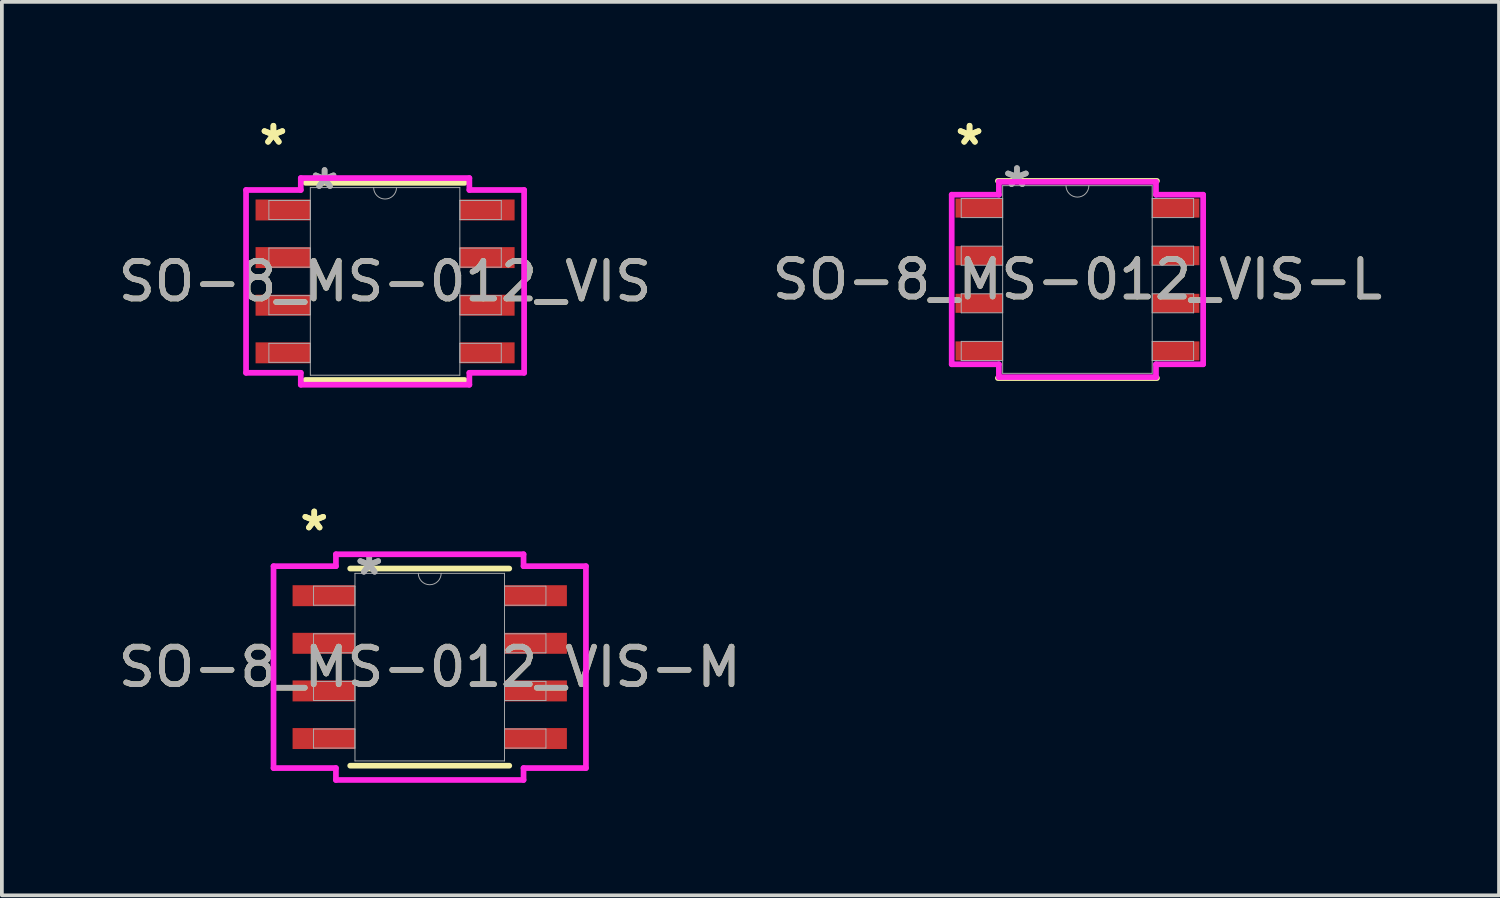
<source format=kicad_pcb>
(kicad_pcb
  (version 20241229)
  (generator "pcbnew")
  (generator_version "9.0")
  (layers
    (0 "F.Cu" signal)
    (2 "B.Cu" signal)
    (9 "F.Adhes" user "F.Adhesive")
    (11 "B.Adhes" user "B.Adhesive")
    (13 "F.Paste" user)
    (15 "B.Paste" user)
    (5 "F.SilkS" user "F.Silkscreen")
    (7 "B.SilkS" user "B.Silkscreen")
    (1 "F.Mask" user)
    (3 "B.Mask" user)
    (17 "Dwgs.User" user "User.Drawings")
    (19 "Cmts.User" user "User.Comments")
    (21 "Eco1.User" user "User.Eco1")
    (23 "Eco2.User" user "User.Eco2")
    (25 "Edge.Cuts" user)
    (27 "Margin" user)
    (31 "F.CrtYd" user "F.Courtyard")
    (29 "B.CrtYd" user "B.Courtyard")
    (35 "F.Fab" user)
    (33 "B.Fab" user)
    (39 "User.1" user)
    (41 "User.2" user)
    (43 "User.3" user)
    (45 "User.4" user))
  (footprint "SO-8_MS-012_VIS-M"
    (layer "F.Cu")
    (at 8.411 14.742)
    (property "Reference" "SO-8_MS-012_VIS-M" (at 0 0 0) (unlocked yes) (layer "F.SilkS") (effects (font (size 1 1) (thickness 0.15))))
    (attr smd)
    (fp_line (start -2.121 2.629) (end 2.121 2.629) (stroke (width 0.152) (type solid)) (layer "F.SilkS"))
    (fp_line (start 2.121 -2.629) (end -2.121 -2.629) (stroke (width 0.152) (type solid)) (layer "F.SilkS"))
    (fp_line (start -4.166 -2.692) (end -2.502 -2.692) (stroke (width 0.152) (type solid)) (layer "F.CrtYd"))
    (fp_line (start -4.166 2.692) (end -4.166 -2.692) (stroke (width 0.152) (type solid)) (layer "F.CrtYd"))
    (fp_line (start -4.166 2.692) (end -2.502 2.692) (stroke (width 0.152) (type solid)) (layer "F.CrtYd"))
    (fp_line (start -2.502 -3.01) (end 2.502 -3.01) (stroke (width 0.152) (type solid)) (layer "F.CrtYd"))
    (fp_line (start -2.502 -2.692) (end -2.502 -3.01) (stroke (width 0.152) (type solid)) (layer "F.CrtYd"))
    (fp_line (start -2.502 3.01) (end -2.502 2.692) (stroke (width 0.152) (type solid)) (layer "F.CrtYd"))
    (fp_line (start 2.502 -3.01) (end 2.502 -2.692) (stroke (width 0.152) (type solid)) (layer "F.CrtYd"))
    (fp_line (start 2.502 2.692) (end 2.502 3.01) (stroke (width 0.152) (type solid)) (layer "F.CrtYd"))
    (fp_line (start 2.502 3.01) (end -2.502 3.01) (stroke (width 0.152) (type solid)) (layer "F.CrtYd"))
    (fp_line (start 4.166 -2.692) (end 2.502 -2.692) (stroke (width 0.152) (type solid)) (layer "F.CrtYd"))
    (fp_line (start 4.166 -2.692) (end 4.166 2.692) (stroke (width 0.152) (type solid)) (layer "F.CrtYd"))
    (fp_line (start 4.166 2.692) (end 2.502 2.692) (stroke (width 0.152) (type solid)) (layer "F.CrtYd"))
    (fp_line (start -3.099 -2.159) (end -3.099 -1.651) (stroke (width 0.025) (type solid)) (layer "F.Fab"))
    (fp_line (start -3.099 -1.651) (end -1.994 -1.651) (stroke (width 0.025) (type solid)) (layer "F.Fab"))
    (fp_line (start -3.099 -0.889) (end -3.099 -0.381) (stroke (width 0.025) (type solid)) (layer "F.Fab"))
    (fp_line (start -3.099 -0.381) (end -1.994 -0.381) (stroke (width 0.025) (type solid)) (layer "F.Fab"))
    (fp_line (start -3.099 0.381) (end -3.099 0.889) (stroke (width 0.025) (type solid)) (layer "F.Fab"))
    (fp_line (start -3.099 0.889) (end -1.994 0.889) (stroke (width 0.025) (type solid)) (layer "F.Fab"))
    (fp_line (start -3.099 1.651) (end -3.099 2.159) (stroke (width 0.025) (type solid)) (layer "F.Fab"))
    (fp_line (start -3.099 2.159) (end -1.994 2.159) (stroke (width 0.025) (type solid)) (layer "F.Fab"))
    (fp_line (start -1.994 -2.502) (end -1.994 2.502) (stroke (width 0.025) (type solid)) (layer "F.Fab"))
    (fp_line (start -1.994 -2.159) (end -3.099 -2.159) (stroke (width 0.025) (type solid)) (layer "F.Fab"))
    (fp_line (start -1.994 -1.651) (end -1.994 -2.159) (stroke (width 0.025) (type solid)) (layer "F.Fab"))
    (fp_line (start -1.994 -0.889) (end -3.099 -0.889) (stroke (width 0.025) (type solid)) (layer "F.Fab"))
    (fp_line (start -1.994 -0.381) (end -1.994 -0.889) (stroke (width 0.025) (type solid)) (layer "F.Fab"))
    (fp_line (start -1.994 0.381) (end -3.099 0.381) (stroke (width 0.025) (type solid)) (layer "F.Fab"))
    (fp_line (start -1.994 0.889) (end -1.994 0.381) (stroke (width 0.025) (type solid)) (layer "F.Fab"))
    (fp_line (start -1.994 1.651) (end -3.099 1.651) (stroke (width 0.025) (type solid)) (layer "F.Fab"))
    (fp_line (start -1.994 2.159) (end -1.994 1.651) (stroke (width 0.025) (type solid)) (layer "F.Fab"))
    (fp_line (start -1.994 2.502) (end 1.994 2.502) (stroke (width 0.025) (type solid)) (layer "F.Fab"))
    (fp_line (start 1.994 -2.502) (end -1.994 -2.502) (stroke (width 0.025) (type solid)) (layer "F.Fab"))
    (fp_line (start 1.994 -2.159) (end 1.994 -1.651) (stroke (width 0.025) (type solid)) (layer "F.Fab"))
    (fp_line (start 1.994 -1.651) (end 3.099 -1.651) (stroke (width 0.025) (type solid)) (layer "F.Fab"))
    (fp_line (start 1.994 -0.889) (end 1.994 -0.381) (stroke (width 0.025) (type solid)) (layer "F.Fab"))
    (fp_line (start 1.994 -0.381) (end 3.099 -0.381) (stroke (width 0.025) (type solid)) (layer "F.Fab"))
    (fp_line (start 1.994 0.381) (end 1.994 0.889) (stroke (width 0.025) (type solid)) (layer "F.Fab"))
    (fp_line (start 1.994 0.889) (end 3.099 0.889) (stroke (width 0.025) (type solid)) (layer "F.Fab"))
    (fp_line (start 1.994 1.651) (end 1.994 2.159) (stroke (width 0.025) (type solid)) (layer "F.Fab"))
    (fp_line (start 1.994 2.159) (end 3.099 2.159) (stroke (width 0.025) (type solid)) (layer "F.Fab"))
    (fp_line (start 1.994 2.502) (end 1.994 -2.502) (stroke (width 0.025) (type solid)) (layer "F.Fab"))
    (fp_line (start 3.099 -2.159) (end 1.994 -2.159) (stroke (width 0.025) (type solid)) (layer "F.Fab"))
    (fp_line (start 3.099 -1.651) (end 3.099 -2.159) (stroke (width 0.025) (type solid)) (layer "F.Fab"))
    (fp_line (start 3.099 -0.889) (end 1.994 -0.889) (stroke (width 0.025) (type solid)) (layer "F.Fab"))
    (fp_line (start 3.099 -0.381) (end 3.099 -0.889) (stroke (width 0.025) (type solid)) (layer "F.Fab"))
    (fp_line (start 3.099 0.381) (end 1.994 0.381) (stroke (width 0.025) (type solid)) (layer "F.Fab"))
    (fp_line (start 3.099 0.889) (end 3.099 0.381) (stroke (width 0.025) (type solid)) (layer "F.Fab"))
    (fp_line (start 3.099 1.651) (end 1.994 1.651) (stroke (width 0.025) (type solid)) (layer "F.Fab"))
    (fp_line (start 3.099 2.159) (end 3.099 1.651) (stroke (width 0.025) (type solid)) (layer "F.Fab"))
    (fp_arc (start 0.3048 -2.5019) (mid 0 -2.1971) (end -0.3048 -2.5019) (stroke (width 0.0254) (type solid)) (layer "F.Fab"))
    (fp_text user "*" (at -3.08 -3.607 0) (layer "F.SilkS") (effects (font (size 1 1) (thickness 0.15))))
    (fp_text user "*" (at -3.08 -3.607 0) (unlocked yes) (layer "F.SilkS") (effects (font (size 1 1) (thickness 0.15))))
    (fp_text user "${REFERENCE}" (at 0 0 0) (unlocked yes) (layer "F.Fab") (effects (font (size 1 1) (thickness 0.15))))
    (fp_text user "*" (at -1.613 -2.426 0) (layer "F.Fab") (effects (font (size 1 1) (thickness 0.15))))
    (fp_text user "*" (at -1.613 -2.426 0) (unlocked yes) (layer "F.Fab") (effects (font (size 1 1) (thickness 0.15))))
    (pad "1" smd rect (at -2.826 -1.905) (size 1.664 0.559) (layers "F.Cu" "F.Mask" "F.Paste"))
    (pad "2" smd rect (at -2.826 -0.635) (size 1.664 0.559) (layers "F.Cu" "F.Mask" "F.Paste"))
    (pad "3" smd rect (at -2.826 0.635) (size 1.664 0.559) (layers "F.Cu" "F.Mask" "F.Paste"))
    (pad "4" smd rect (at -2.826 1.905) (size 1.664 0.559) (layers "F.Cu" "F.Mask" "F.Paste"))
    (pad "5" smd rect (at 2.826 1.905) (size 1.664 0.559) (layers "F.Cu" "F.Mask" "F.Paste"))
    (pad "6" smd rect (at 2.826 0.635) (size 1.664 0.559) (layers "F.Cu" "F.Mask" "F.Paste"))
    (pad "7" smd rect (at 2.826 -0.635) (size 1.664 0.559) (layers "F.Cu" "F.Mask" "F.Paste"))
    (pad "8" smd rect (at 2.826 -1.905) (size 1.664 0.559) (layers "F.Cu" "F.Mask" "F.Paste")))
  (footprint "SO-8_MS-012_VIS-L"
    (layer "F.Cu")
    (at 25.685 4.404)
    (property "Reference" "SO-8_MS-012_VIS-L" (at 0 0 0) (unlocked yes) (layer "F.SilkS") (effects (font (size 1 1) (thickness 0.15))))
    (attr smd)
    (fp_line (start -2.121 2.629) (end 2.121 2.629) (stroke (width 0.152) (type solid)) (layer "F.SilkS"))
    (fp_line (start 2.121 -2.629) (end -2.121 -2.629) (stroke (width 0.152) (type solid)) (layer "F.SilkS"))
    (fp_line (start -3.353 -2.261) (end -2.095 -2.261) (stroke (width 0.152) (type solid)) (layer "F.CrtYd"))
    (fp_line (start -3.353 2.261) (end -3.353 -2.261) (stroke (width 0.152) (type solid)) (layer "F.CrtYd"))
    (fp_line (start -3.353 2.261) (end -2.095 2.261) (stroke (width 0.152) (type solid)) (layer "F.CrtYd"))
    (fp_line (start -2.095 -2.603) (end 2.095 -2.603) (stroke (width 0.152) (type solid)) (layer "F.CrtYd"))
    (fp_line (start -2.095 -2.261) (end -2.095 -2.603) (stroke (width 0.152) (type solid)) (layer "F.CrtYd"))
    (fp_line (start -2.095 2.603) (end -2.095 2.261) (stroke (width 0.152) (type solid)) (layer "F.CrtYd"))
    (fp_line (start 2.095 -2.603) (end 2.095 -2.261) (stroke (width 0.152) (type solid)) (layer "F.CrtYd"))
    (fp_line (start 2.095 2.261) (end 2.095 2.603) (stroke (width 0.152) (type solid)) (layer "F.CrtYd"))
    (fp_line (start 2.095 2.603) (end -2.095 2.603) (stroke (width 0.152) (type solid)) (layer "F.CrtYd"))
    (fp_line (start 3.353 -2.261) (end 2.095 -2.261) (stroke (width 0.152) (type solid)) (layer "F.CrtYd"))
    (fp_line (start 3.353 -2.261) (end 3.353 2.261) (stroke (width 0.152) (type solid)) (layer "F.CrtYd"))
    (fp_line (start 3.353 2.261) (end 2.095 2.261) (stroke (width 0.152) (type solid)) (layer "F.CrtYd"))
    (fp_line (start -3.099 -2.159) (end -3.099 -1.651) (stroke (width 0.025) (type solid)) (layer "F.Fab"))
    (fp_line (start -3.099 -1.651) (end -1.994 -1.651) (stroke (width 0.025) (type solid)) (layer "F.Fab"))
    (fp_line (start -3.099 -0.889) (end -3.099 -0.381) (stroke (width 0.025) (type solid)) (layer "F.Fab"))
    (fp_line (start -3.099 -0.381) (end -1.994 -0.381) (stroke (width 0.025) (type solid)) (layer "F.Fab"))
    (fp_line (start -3.099 0.381) (end -3.099 0.889) (stroke (width 0.025) (type solid)) (layer "F.Fab"))
    (fp_line (start -3.099 0.889) (end -1.994 0.889) (stroke (width 0.025) (type solid)) (layer "F.Fab"))
    (fp_line (start -3.099 1.651) (end -3.099 2.159) (stroke (width 0.025) (type solid)) (layer "F.Fab"))
    (fp_line (start -3.099 2.159) (end -1.994 2.159) (stroke (width 0.025) (type solid)) (layer "F.Fab"))
    (fp_line (start -1.994 -2.502) (end -1.994 2.502) (stroke (width 0.025) (type solid)) (layer "F.Fab"))
    (fp_line (start -1.994 -2.159) (end -3.099 -2.159) (stroke (width 0.025) (type solid)) (layer "F.Fab"))
    (fp_line (start -1.994 -1.651) (end -1.994 -2.159) (stroke (width 0.025) (type solid)) (layer "F.Fab"))
    (fp_line (start -1.994 -0.889) (end -3.099 -0.889) (stroke (width 0.025) (type solid)) (layer "F.Fab"))
    (fp_line (start -1.994 -0.381) (end -1.994 -0.889) (stroke (width 0.025) (type solid)) (layer "F.Fab"))
    (fp_line (start -1.994 0.381) (end -3.099 0.381) (stroke (width 0.025) (type solid)) (layer "F.Fab"))
    (fp_line (start -1.994 0.889) (end -1.994 0.381) (stroke (width 0.025) (type solid)) (layer "F.Fab"))
    (fp_line (start -1.994 1.651) (end -3.099 1.651) (stroke (width 0.025) (type solid)) (layer "F.Fab"))
    (fp_line (start -1.994 2.159) (end -1.994 1.651) (stroke (width 0.025) (type solid)) (layer "F.Fab"))
    (fp_line (start -1.994 2.502) (end 1.994 2.502) (stroke (width 0.025) (type solid)) (layer "F.Fab"))
    (fp_line (start 1.994 -2.502) (end -1.994 -2.502) (stroke (width 0.025) (type solid)) (layer "F.Fab"))
    (fp_line (start 1.994 -2.159) (end 1.994 -1.651) (stroke (width 0.025) (type solid)) (layer "F.Fab"))
    (fp_line (start 1.994 -1.651) (end 3.099 -1.651) (stroke (width 0.025) (type solid)) (layer "F.Fab"))
    (fp_line (start 1.994 -0.889) (end 1.994 -0.381) (stroke (width 0.025) (type solid)) (layer "F.Fab"))
    (fp_line (start 1.994 -0.381) (end 3.099 -0.381) (stroke (width 0.025) (type solid)) (layer "F.Fab"))
    (fp_line (start 1.994 0.381) (end 1.994 0.889) (stroke (width 0.025) (type solid)) (layer "F.Fab"))
    (fp_line (start 1.994 0.889) (end 3.099 0.889) (stroke (width 0.025) (type solid)) (layer "F.Fab"))
    (fp_line (start 1.994 1.651) (end 1.994 2.159) (stroke (width 0.025) (type solid)) (layer "F.Fab"))
    (fp_line (start 1.994 2.159) (end 3.099 2.159) (stroke (width 0.025) (type solid)) (layer "F.Fab"))
    (fp_line (start 1.994 2.502) (end 1.994 -2.502) (stroke (width 0.025) (type solid)) (layer "F.Fab"))
    (fp_line (start 3.099 -2.159) (end 1.994 -2.159) (stroke (width 0.025) (type solid)) (layer "F.Fab"))
    (fp_line (start 3.099 -1.651) (end 3.099 -2.159) (stroke (width 0.025) (type solid)) (layer "F.Fab"))
    (fp_line (start 3.099 -0.889) (end 1.994 -0.889) (stroke (width 0.025) (type solid)) (layer "F.Fab"))
    (fp_line (start 3.099 -0.381) (end 3.099 -0.889) (stroke (width 0.025) (type solid)) (layer "F.Fab"))
    (fp_line (start 3.099 0.381) (end 1.994 0.381) (stroke (width 0.025) (type solid)) (layer "F.Fab"))
    (fp_line (start 3.099 0.889) (end 3.099 0.381) (stroke (width 0.025) (type solid)) (layer "F.Fab"))
    (fp_line (start 3.099 1.651) (end 1.994 1.651) (stroke (width 0.025) (type solid)) (layer "F.Fab"))
    (fp_line (start 3.099 2.159) (end 3.099 1.651) (stroke (width 0.025) (type solid)) (layer "F.Fab"))
    (fp_arc (start 0.3048 -2.5019) (mid 0 -2.1971) (end -0.3048 -2.5019) (stroke (width 0.0254) (type solid)) (layer "F.Fab"))
    (fp_text user "*" (at -2.877 -3.556 0) (layer "F.SilkS") (effects (font (size 1 1) (thickness 0.15))))
    (fp_text user "*" (at -2.877 -3.556 0) (unlocked yes) (layer "F.SilkS") (effects (font (size 1 1) (thickness 0.15))))
    (fp_text user "*" (at -1.613 -2.426 0) (layer "F.Fab") (effects (font (size 1 1) (thickness 0.15))))
    (fp_text user "*" (at -1.613 -2.426 0) (unlocked yes) (layer "F.Fab") (effects (font (size 1 1) (thickness 0.15))))
    (fp_text user "${REFERENCE}" (at 0 0 0) (unlocked yes) (layer "F.Fab") (effects (font (size 1 1) (thickness 0.15))))
    (pad "1" smd rect (at -2.623 -1.905) (size 1.257 0.508) (layers "F.Cu" "F.Mask" "F.Paste"))
    (pad "2" smd rect (at -2.623 -0.635) (size 1.257 0.508) (layers "F.Cu" "F.Mask" "F.Paste"))
    (pad "3" smd rect (at -2.623 0.635) (size 1.257 0.508) (layers "F.Cu" "F.Mask" "F.Paste"))
    (pad "4" smd rect (at -2.623 1.905) (size 1.257 0.508) (layers "F.Cu" "F.Mask" "F.Paste"))
    (pad "5" smd rect (at 2.623 1.905) (size 1.257 0.508) (layers "F.Cu" "F.Mask" "F.Paste"))
    (pad "6" smd rect (at 2.623 0.635) (size 1.257 0.508) (layers "F.Cu" "F.Mask" "F.Paste"))
    (pad "7" smd rect (at 2.623 -0.635) (size 1.257 0.508) (layers "F.Cu" "F.Mask" "F.Paste"))
    (pad "8" smd rect (at 2.623 -1.905) (size 1.257 0.508) (layers "F.Cu" "F.Mask" "F.Paste")))
  (footprint "SO-8_MS-012_VIS"
    (layer "F.Cu")
    (at 7.22 4.455)
    (property "Reference" "SO-8_MS-012_VIS" (at 0 0 0) (unlocked yes) (layer "F.SilkS") (effects (font (size 1 1) (thickness 0.15))))
    (attr smd)
    (fp_line (start -2.121 2.629) (end 2.121 2.629) (stroke (width 0.152) (type solid)) (layer "F.SilkS"))
    (fp_line (start 2.121 -2.629) (end -2.121 -2.629) (stroke (width 0.152) (type solid)) (layer "F.SilkS"))
    (fp_line (start -3.708 -2.438) (end -2.248 -2.438) (stroke (width 0.152) (type solid)) (layer "F.CrtYd"))
    (fp_line (start -3.708 2.438) (end -3.708 -2.438) (stroke (width 0.152) (type solid)) (layer "F.CrtYd"))
    (fp_line (start -3.708 2.438) (end -2.248 2.438) (stroke (width 0.152) (type solid)) (layer "F.CrtYd"))
    (fp_line (start -2.248 -2.756) (end 2.248 -2.756) (stroke (width 0.152) (type solid)) (layer "F.CrtYd"))
    (fp_line (start -2.248 -2.438) (end -2.248 -2.756) (stroke (width 0.152) (type solid)) (layer "F.CrtYd"))
    (fp_line (start -2.248 2.756) (end -2.248 2.438) (stroke (width 0.152) (type solid)) (layer "F.CrtYd"))
    (fp_line (start 2.248 -2.756) (end 2.248 -2.438) (stroke (width 0.152) (type solid)) (layer "F.CrtYd"))
    (fp_line (start 2.248 2.438) (end 2.248 2.756) (stroke (width 0.152) (type solid)) (layer "F.CrtYd"))
    (fp_line (start 2.248 2.756) (end -2.248 2.756) (stroke (width 0.152) (type solid)) (layer "F.CrtYd"))
    (fp_line (start 3.708 -2.438) (end 2.248 -2.438) (stroke (width 0.152) (type solid)) (layer "F.CrtYd"))
    (fp_line (start 3.708 -2.438) (end 3.708 2.438) (stroke (width 0.152) (type solid)) (layer "F.CrtYd"))
    (fp_line (start 3.708 2.438) (end 2.248 2.438) (stroke (width 0.152) (type solid)) (layer "F.CrtYd"))
    (fp_line (start -3.099 -2.159) (end -3.099 -1.651) (stroke (width 0.025) (type solid)) (layer "F.Fab"))
    (fp_line (start -3.099 -1.651) (end -1.994 -1.651) (stroke (width 0.025) (type solid)) (layer "F.Fab"))
    (fp_line (start -3.099 -0.889) (end -3.099 -0.381) (stroke (width 0.025) (type solid)) (layer "F.Fab"))
    (fp_line (start -3.099 -0.381) (end -1.994 -0.381) (stroke (width 0.025) (type solid)) (layer "F.Fab"))
    (fp_line (start -3.099 0.381) (end -3.099 0.889) (stroke (width 0.025) (type solid)) (layer "F.Fab"))
    (fp_line (start -3.099 0.889) (end -1.994 0.889) (stroke (width 0.025) (type solid)) (layer "F.Fab"))
    (fp_line (start -3.099 1.651) (end -3.099 2.159) (stroke (width 0.025) (type solid)) (layer "F.Fab"))
    (fp_line (start -3.099 2.159) (end -1.994 2.159) (stroke (width 0.025) (type solid)) (layer "F.Fab"))
    (fp_line (start -1.994 -2.502) (end -1.994 2.502) (stroke (width 0.025) (type solid)) (layer "F.Fab"))
    (fp_line (start -1.994 -2.159) (end -3.099 -2.159) (stroke (width 0.025) (type solid)) (layer "F.Fab"))
    (fp_line (start -1.994 -1.651) (end -1.994 -2.159) (stroke (width 0.025) (type solid)) (layer "F.Fab"))
    (fp_line (start -1.994 -0.889) (end -3.099 -0.889) (stroke (width 0.025) (type solid)) (layer "F.Fab"))
    (fp_line (start -1.994 -0.381) (end -1.994 -0.889) (stroke (width 0.025) (type solid)) (layer "F.Fab"))
    (fp_line (start -1.994 0.381) (end -3.099 0.381) (stroke (width 0.025) (type solid)) (layer "F.Fab"))
    (fp_line (start -1.994 0.889) (end -1.994 0.381) (stroke (width 0.025) (type solid)) (layer "F.Fab"))
    (fp_line (start -1.994 1.651) (end -3.099 1.651) (stroke (width 0.025) (type solid)) (layer "F.Fab"))
    (fp_line (start -1.994 2.159) (end -1.994 1.651) (stroke (width 0.025) (type solid)) (layer "F.Fab"))
    (fp_line (start -1.994 2.502) (end 1.994 2.502) (stroke (width 0.025) (type solid)) (layer "F.Fab"))
    (fp_line (start 1.994 -2.502) (end -1.994 -2.502) (stroke (width 0.025) (type solid)) (layer "F.Fab"))
    (fp_line (start 1.994 -2.159) (end 1.994 -1.651) (stroke (width 0.025) (type solid)) (layer "F.Fab"))
    (fp_line (start 1.994 -1.651) (end 3.099 -1.651) (stroke (width 0.025) (type solid)) (layer "F.Fab"))
    (fp_line (start 1.994 -0.889) (end 1.994 -0.381) (stroke (width 0.025) (type solid)) (layer "F.Fab"))
    (fp_line (start 1.994 -0.381) (end 3.099 -0.381) (stroke (width 0.025) (type solid)) (layer "F.Fab"))
    (fp_line (start 1.994 0.381) (end 1.994 0.889) (stroke (width 0.025) (type solid)) (layer "F.Fab"))
    (fp_line (start 1.994 0.889) (end 3.099 0.889) (stroke (width 0.025) (type solid)) (layer "F.Fab"))
    (fp_line (start 1.994 1.651) (end 1.994 2.159) (stroke (width 0.025) (type solid)) (layer "F.Fab"))
    (fp_line (start 1.994 2.159) (end 3.099 2.159) (stroke (width 0.025) (type solid)) (layer "F.Fab"))
    (fp_line (start 1.994 2.502) (end 1.994 -2.502) (stroke (width 0.025) (type solid)) (layer "F.Fab"))
    (fp_line (start 3.099 -2.159) (end 1.994 -2.159) (stroke (width 0.025) (type solid)) (layer "F.Fab"))
    (fp_line (start 3.099 -1.651) (end 3.099 -2.159) (stroke (width 0.025) (type solid)) (layer "F.Fab"))
    (fp_line (start 3.099 -0.889) (end 1.994 -0.889) (stroke (width 0.025) (type solid)) (layer "F.Fab"))
    (fp_line (start 3.099 -0.381) (end 3.099 -0.889) (stroke (width 0.025) (type solid)) (layer "F.Fab"))
    (fp_line (start 3.099 0.381) (end 1.994 0.381) (stroke (width 0.025) (type solid)) (layer "F.Fab"))
    (fp_line (start 3.099 0.889) (end 3.099 0.381) (stroke (width 0.025) (type solid)) (layer "F.Fab"))
    (fp_line (start 3.099 1.651) (end 1.994 1.651) (stroke (width 0.025) (type solid)) (layer "F.Fab"))
    (fp_line (start 3.099 2.159) (end 3.099 1.651) (stroke (width 0.025) (type solid)) (layer "F.Fab"))
    (fp_arc (start 0.3048 -2.5019) (mid 0 -2.1971) (end -0.3048 -2.5019) (stroke (width 0.0254) (type solid)) (layer "F.Fab"))
    (fp_text user "*" (at -2.978 -3.607 0) (layer "F.SilkS") (effects (font (size 1 1) (thickness 0.15))))
    (fp_text user "*" (at -2.978 -3.607 0) (unlocked yes) (layer "F.SilkS") (effects (font (size 1 1) (thickness 0.15))))
    (fp_text user "*" (at -1.613 -2.426 0) (layer "F.Fab") (effects (font (size 1 1) (thickness 0.15))))
    (fp_text user "*" (at -1.613 -2.426 0) (unlocked yes) (layer "F.Fab") (effects (font (size 1 1) (thickness 0.15))))
    (fp_text user "${REFERENCE}" (at 0 0 0) (unlocked yes) (layer "F.Fab") (effects (font (size 1 1) (thickness 0.15))))
    (pad "1" smd rect (at -2.724 -1.905) (size 1.46 0.559) (layers "F.Cu" "F.Mask" "F.Paste"))
    (pad "2" smd rect (at -2.724 -0.635) (size 1.46 0.559) (layers "F.Cu" "F.Mask" "F.Paste"))
    (pad "3" smd rect (at -2.724 0.635) (size 1.46 0.559) (layers "F.Cu" "F.Mask" "F.Paste"))
    (pad "4" smd rect (at -2.724 1.905) (size 1.46 0.559) (layers "F.Cu" "F.Mask" "F.Paste"))
    (pad "5" smd rect (at 2.724 1.905) (size 1.46 0.559) (layers "F.Cu" "F.Mask" "F.Paste"))
    (pad "6" smd rect (at 2.724 0.635) (size 1.46 0.559) (layers "F.Cu" "F.Mask" "F.Paste"))
    (pad "7" smd rect (at 2.724 -0.635) (size 1.46 0.559) (layers "F.Cu" "F.Mask" "F.Paste"))
    (pad "8" smd rect (at 2.724 -1.905) (size 1.46 0.559) (layers "F.Cu" "F.Mask" "F.Paste")))
  (gr_rect
    (start -3 -3)
    (end 36.929 20.828)
    (stroke (width 0.1) (type default))
    (fill no)
    (layer "Edge.Cuts")))
</source>
